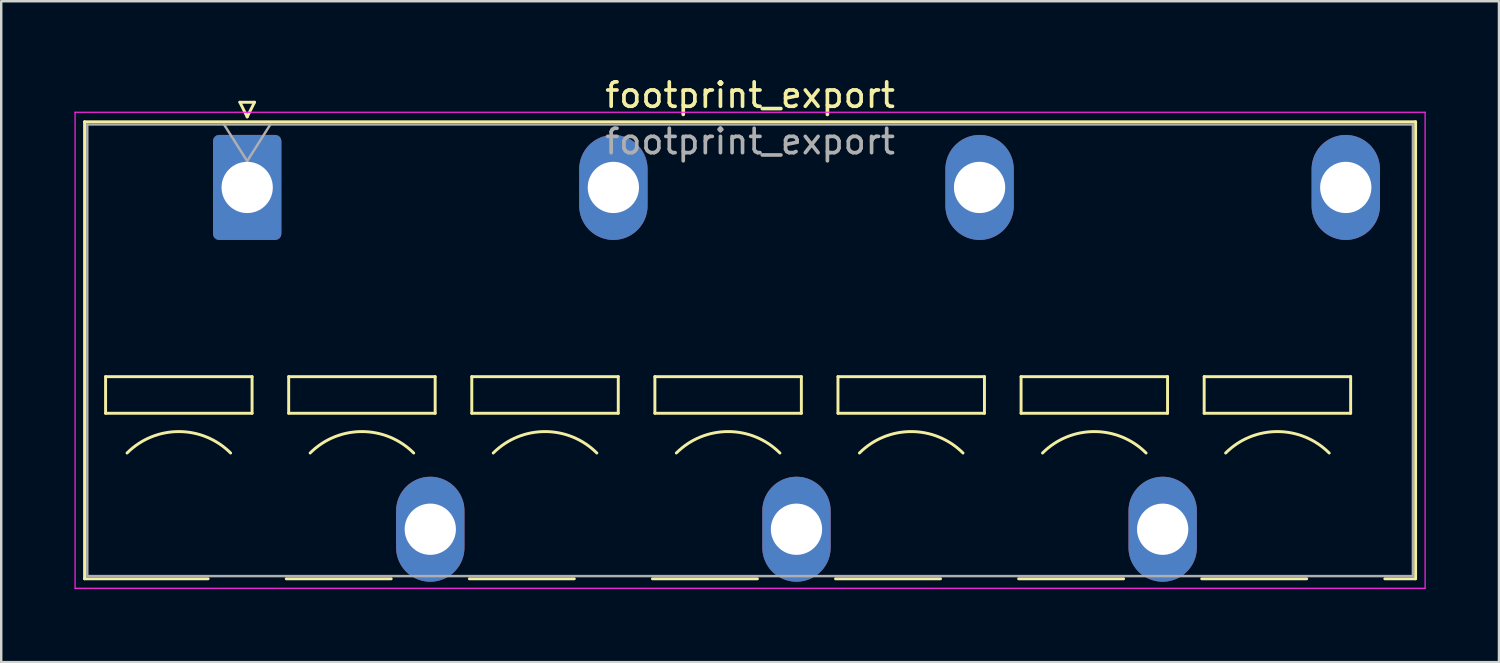
<source format=kicad_pcb>
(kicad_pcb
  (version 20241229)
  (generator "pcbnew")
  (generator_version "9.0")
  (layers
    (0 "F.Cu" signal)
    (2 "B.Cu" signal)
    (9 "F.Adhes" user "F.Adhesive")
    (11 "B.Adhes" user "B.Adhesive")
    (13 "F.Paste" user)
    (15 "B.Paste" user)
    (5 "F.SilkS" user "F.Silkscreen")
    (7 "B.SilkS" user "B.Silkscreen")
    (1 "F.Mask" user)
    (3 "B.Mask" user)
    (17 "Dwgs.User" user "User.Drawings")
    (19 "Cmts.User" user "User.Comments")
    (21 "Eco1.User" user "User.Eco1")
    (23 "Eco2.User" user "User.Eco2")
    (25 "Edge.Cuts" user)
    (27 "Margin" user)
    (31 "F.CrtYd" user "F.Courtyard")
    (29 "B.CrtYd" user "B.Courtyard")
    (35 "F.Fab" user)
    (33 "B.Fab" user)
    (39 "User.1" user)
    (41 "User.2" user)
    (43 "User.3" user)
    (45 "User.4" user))
  (footprint "footprint_export"
    (layer "F.Cu")
    (at 7.075 4.628)
    (property "Reference" "footprint_export" (at 20.6 -3.78 0) (layer "F.SilkS") (effects (font (size 1 1) (thickness 0.15))))
    (attr through_hole)
    (fp_line (start -6.66 -2.69) (end 47.86 -2.69) (stroke (width 0.12) (type solid)) (layer "F.SilkS"))
    (fp_line (start -6.66 16.03) (end -6.66 -2.69) (stroke (width 0.12) (type solid)) (layer "F.SilkS"))
    (fp_line (start -6.66 16.03) (end -1.6 16.03) (stroke (width 0.12) (type solid)) (layer "F.SilkS"))
    (fp_line (start -5.8 7.75) (end -5.8 9.25) (stroke (width 0.12) (type solid)) (layer "F.SilkS"))
    (fp_line (start -5.8 9.25) (end 0.2 9.25) (stroke (width 0.12) (type solid)) (layer "F.SilkS"))
    (fp_line (start -0.3 -3.49) (end 0 -2.89) (stroke (width 0.12) (type solid)) (layer "F.SilkS"))
    (fp_line (start -0.3 -3.49) (end 0.3 -3.49) (stroke (width 0.12) (type solid)) (layer "F.SilkS"))
    (fp_line (start 0.2 7.75) (end -5.8 7.75) (stroke (width 0.12) (type solid)) (layer "F.SilkS"))
    (fp_line (start 0.2 9.25) (end 0.2 7.75) (stroke (width 0.12) (type solid)) (layer "F.SilkS"))
    (fp_line (start 0.3 -3.49) (end 0 -2.89) (stroke (width 0.12) (type solid)) (layer "F.SilkS"))
    (fp_line (start 1.6 16.03) (end 5.9 16.03) (stroke (width 0.12) (type solid)) (layer "F.SilkS"))
    (fp_line (start 1.7 7.75) (end 1.7 9.25) (stroke (width 0.12) (type solid)) (layer "F.SilkS"))
    (fp_line (start 1.7 9.25) (end 7.7 9.25) (stroke (width 0.12) (type solid)) (layer "F.SilkS"))
    (fp_line (start 7.7 7.75) (end 1.7 7.75) (stroke (width 0.12) (type solid)) (layer "F.SilkS"))
    (fp_line (start 7.7 9.25) (end 7.7 7.75) (stroke (width 0.12) (type solid)) (layer "F.SilkS"))
    (fp_line (start 9.1 16.03) (end 13.4 16.03) (stroke (width 0.12) (type solid)) (layer "F.SilkS"))
    (fp_line (start 9.2 7.75) (end 9.2 9.25) (stroke (width 0.12) (type solid)) (layer "F.SilkS"))
    (fp_line (start 9.2 9.25) (end 15.2 9.25) (stroke (width 0.12) (type solid)) (layer "F.SilkS"))
    (fp_line (start 15.2 7.75) (end 9.2 7.75) (stroke (width 0.12) (type solid)) (layer "F.SilkS"))
    (fp_line (start 15.2 9.25) (end 15.2 7.75) (stroke (width 0.12) (type solid)) (layer "F.SilkS"))
    (fp_line (start 16.6 16.03) (end 20.9 16.03) (stroke (width 0.12) (type solid)) (layer "F.SilkS"))
    (fp_line (start 16.7 7.75) (end 16.7 9.25) (stroke (width 0.12) (type solid)) (layer "F.SilkS"))
    (fp_line (start 16.7 9.25) (end 22.7 9.25) (stroke (width 0.12) (type solid)) (layer "F.SilkS"))
    (fp_line (start 22.7 7.75) (end 16.7 7.75) (stroke (width 0.12) (type solid)) (layer "F.SilkS"))
    (fp_line (start 22.7 9.25) (end 22.7 7.75) (stroke (width 0.12) (type solid)) (layer "F.SilkS"))
    (fp_line (start 24.1 16.03) (end 28.4 16.03) (stroke (width 0.12) (type solid)) (layer "F.SilkS"))
    (fp_line (start 24.2 7.75) (end 24.2 9.25) (stroke (width 0.12) (type solid)) (layer "F.SilkS"))
    (fp_line (start 24.2 9.25) (end 30.2 9.25) (stroke (width 0.12) (type solid)) (layer "F.SilkS"))
    (fp_line (start 30.2 7.75) (end 24.2 7.75) (stroke (width 0.12) (type solid)) (layer "F.SilkS"))
    (fp_line (start 30.2 9.25) (end 30.2 7.75) (stroke (width 0.12) (type solid)) (layer "F.SilkS"))
    (fp_line (start 31.6 16.03) (end 35.9 16.03) (stroke (width 0.12) (type solid)) (layer "F.SilkS"))
    (fp_line (start 31.7 7.75) (end 31.7 9.25) (stroke (width 0.12) (type solid)) (layer "F.SilkS"))
    (fp_line (start 31.7 9.25) (end 37.7 9.25) (stroke (width 0.12) (type solid)) (layer "F.SilkS"))
    (fp_line (start 37.7 7.75) (end 31.7 7.75) (stroke (width 0.12) (type solid)) (layer "F.SilkS"))
    (fp_line (start 37.7 9.25) (end 37.7 7.75) (stroke (width 0.12) (type solid)) (layer "F.SilkS"))
    (fp_line (start 39.1 16.03) (end 43.4 16.03) (stroke (width 0.12) (type solid)) (layer "F.SilkS"))
    (fp_line (start 39.2 7.75) (end 39.2 9.25) (stroke (width 0.12) (type solid)) (layer "F.SilkS"))
    (fp_line (start 39.2 9.25) (end 45.2 9.25) (stroke (width 0.12) (type solid)) (layer "F.SilkS"))
    (fp_line (start 45.2 7.75) (end 39.2 7.75) (stroke (width 0.12) (type solid)) (layer "F.SilkS"))
    (fp_line (start 45.2 9.25) (end 45.2 7.75) (stroke (width 0.12) (type solid)) (layer "F.SilkS"))
    (fp_line (start 46.6 16.03) (end 47.86 16.03) (stroke (width 0.12) (type solid)) (layer "F.SilkS"))
    (fp_line (start 47.86 -2.69) (end 47.86 16.03) (stroke (width 0.12) (type solid)) (layer "F.SilkS"))
    (fp_arc (start -4.92132 10.87868) (mid -2.8 10) (end -0.67868 10.87868) (stroke (width 0.12) (type solid)) (layer "F.SilkS"))
    (fp_arc (start 2.57868 10.87868) (mid 4.7 10) (end 6.82132 10.87868) (stroke (width 0.12) (type solid)) (layer "F.SilkS"))
    (fp_arc (start 10.07868 10.87868) (mid 12.2 10) (end 14.32132 10.87868) (stroke (width 0.12) (type solid)) (layer "F.SilkS"))
    (fp_arc (start 17.57868 10.87868) (mid 19.7 10) (end 21.82132 10.87868) (stroke (width 0.12) (type solid)) (layer "F.SilkS"))
    (fp_arc (start 25.07868 10.87868) (mid 27.2 10) (end 29.32132 10.87868) (stroke (width 0.12) (type solid)) (layer "F.SilkS"))
    (fp_arc (start 32.57868 10.87868) (mid 34.7 10) (end 36.82132 10.87868) (stroke (width 0.12) (type solid)) (layer "F.SilkS"))
    (fp_arc (start 40.07868 10.87868) (mid 42.2 10) (end 44.32132 10.87868) (stroke (width 0.12) (type solid)) (layer "F.SilkS"))
    (fp_line (start -7.05 -3.08) (end -7.05 16.42) (stroke (width 0.05) (type solid)) (layer "F.CrtYd"))
    (fp_line (start -7.05 16.42) (end 48.25 16.42) (stroke (width 0.05) (type solid)) (layer "F.CrtYd"))
    (fp_line (start 48.25 -3.08) (end -7.05 -3.08) (stroke (width 0.05) (type solid)) (layer "F.CrtYd"))
    (fp_line (start 48.25 16.42) (end 48.25 -3.08) (stroke (width 0.05) (type solid)) (layer "F.CrtYd"))
    (fp_line (start -6.55 -2.58) (end -6.55 15.92) (stroke (width 0.1) (type solid)) (layer "F.Fab"))
    (fp_line (start -6.55 15.92) (end 47.75 15.92) (stroke (width 0.1) (type solid)) (layer "F.Fab"))
    (fp_line (start -0.95 -2.58) (end 0 -1.08) (stroke (width 0.1) (type solid)) (layer "F.Fab"))
    (fp_line (start 0.95 -2.58) (end 0 -1.08) (stroke (width 0.1) (type solid)) (layer "F.Fab"))
    (fp_line (start 47.75 -2.58) (end -6.55 -2.58) (stroke (width 0.1) (type solid)) (layer "F.Fab"))
    (fp_line (start 47.75 15.92) (end 47.75 -2.58) (stroke (width 0.1) (type solid)) (layer "F.Fab"))
    (fp_text user "${REFERENCE}" (at 20.6 -1.88 0) (layer "F.Fab") (effects (font (size 1 1) (thickness 0.15))))
    (pad "1" thru_hole roundrect (at 0 0) (size 2.8 4.3) (drill 2.1) (layers "*.Cu" "*.Mask") (roundrect_rratio 0.089))
    (pad "2" thru_hole oval (at 7.5 14) (size 2.8 4.3) (drill 2.1) (layers "*.Cu" "*.Mask"))
    (pad "3" thru_hole oval (at 15 0) (size 2.8 4.3) (drill 2.1) (layers "*.Cu" "*.Mask"))
    (pad "4" thru_hole oval (at 22.5 14) (size 2.8 4.3) (drill 2.1) (layers "*.Cu" "*.Mask"))
    (pad "5" thru_hole oval (at 30 0) (size 2.8 4.3) (drill 2.1) (layers "*.Cu" "*.Mask"))
    (pad "6" thru_hole oval (at 37.5 14) (size 2.8 4.3) (drill 2.1) (layers "*.Cu" "*.Mask"))
    (pad "7" thru_hole oval (at 45 0) (size 2.8 4.3) (drill 2.1) (layers "*.Cu" "*.Mask")))
  (gr_rect
    (start -3 -3)
    (end 58.35 24.073)
    (stroke (width 0.1) (type default))
    (fill no)
    (layer "Edge.Cuts")))
</source>
